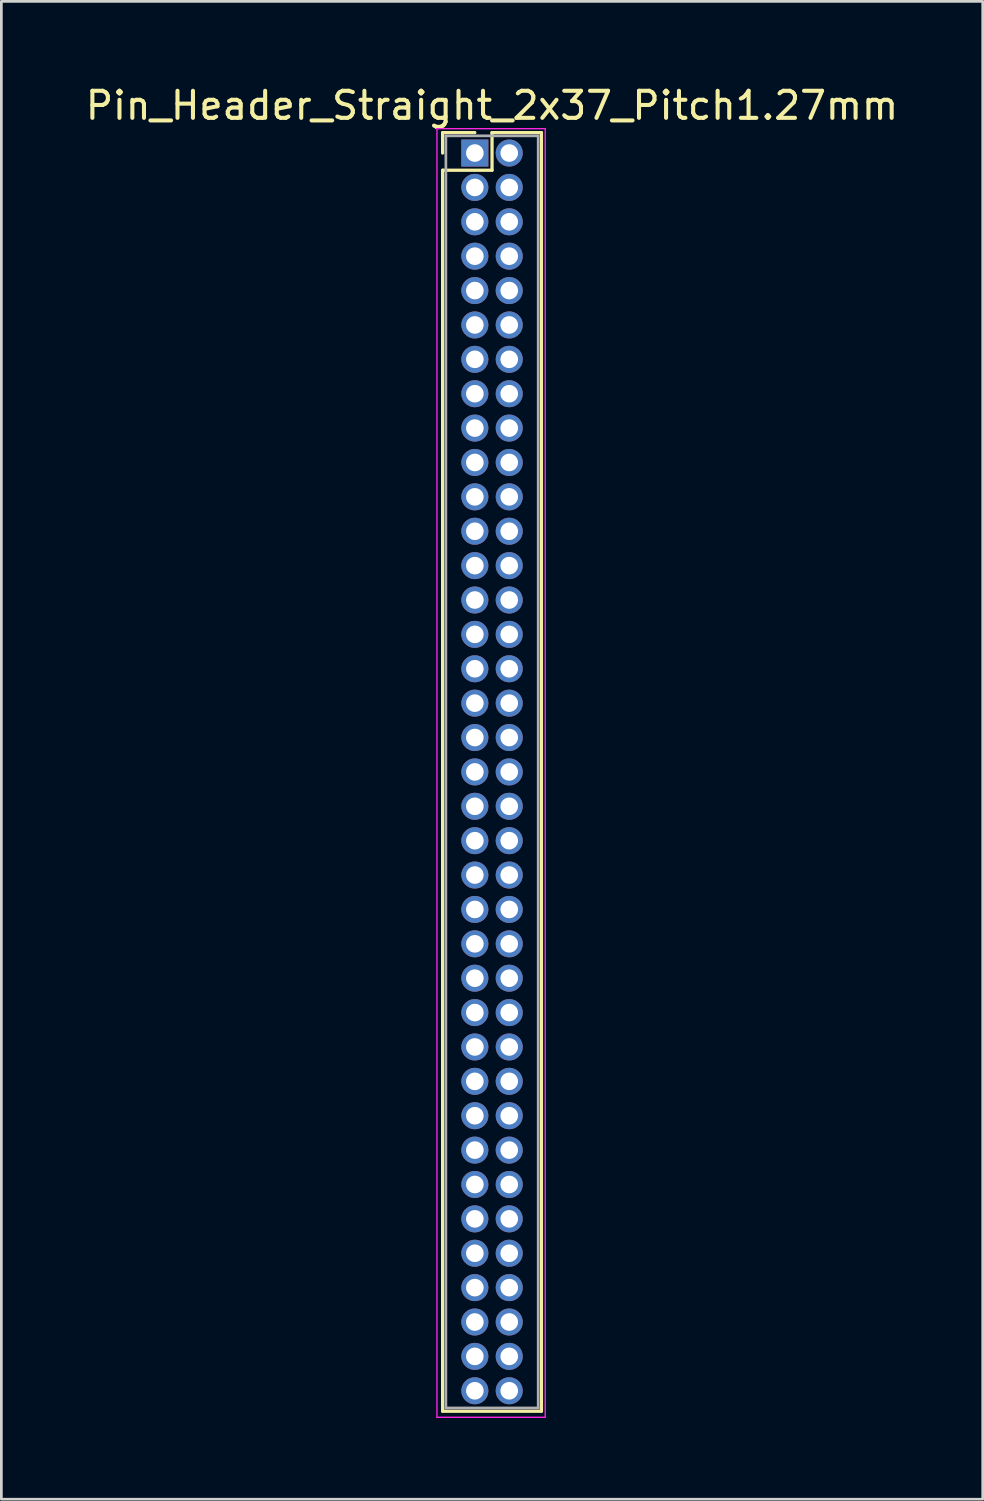
<source format=kicad_pcb>
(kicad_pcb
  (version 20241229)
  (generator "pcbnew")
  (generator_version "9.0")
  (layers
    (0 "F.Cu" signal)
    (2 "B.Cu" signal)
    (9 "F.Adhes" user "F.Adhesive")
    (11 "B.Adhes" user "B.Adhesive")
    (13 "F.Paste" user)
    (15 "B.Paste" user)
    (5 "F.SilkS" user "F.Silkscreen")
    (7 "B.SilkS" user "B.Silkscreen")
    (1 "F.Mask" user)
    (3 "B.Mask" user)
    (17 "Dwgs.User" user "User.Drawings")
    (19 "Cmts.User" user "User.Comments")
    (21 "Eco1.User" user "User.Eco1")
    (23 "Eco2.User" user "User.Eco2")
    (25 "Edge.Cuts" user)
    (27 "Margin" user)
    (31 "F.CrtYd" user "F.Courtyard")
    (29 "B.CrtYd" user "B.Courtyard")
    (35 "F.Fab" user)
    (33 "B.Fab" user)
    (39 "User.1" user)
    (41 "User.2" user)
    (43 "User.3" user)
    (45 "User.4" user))
  (footprint "Pin_Header_Straight_2x37_Pitch1.27mm"
    (layer "F.Cu")
    (at 14.49 2.603)
    (property "Reference" "Pin_Header_Straight_2x37_Pitch1.27mm" (at 0.635 -1.755 0) (layer "F.SilkS") (effects (font (size 1 1) (thickness 0.15))))
    (attr through_hole)
    (fp_line (start -1.19 -0.755) (end 0 -0.755) (stroke (width 0.12) (type solid)) (layer "F.SilkS"))
    (fp_line (start -1.19 0) (end -1.19 -0.755) (stroke (width 0.12) (type solid)) (layer "F.SilkS"))
    (fp_line (start -1.19 0.635) (end -1.19 46.475) (stroke (width 0.12) (type solid)) (layer "F.SilkS"))
    (fp_line (start -1.19 46.475) (end 2.46 46.475) (stroke (width 0.12) (type solid)) (layer "F.SilkS"))
    (fp_line (start 0.635 -0.755) (end 0.635 0.635) (stroke (width 0.12) (type solid)) (layer "F.SilkS"))
    (fp_line (start 0.635 0.635) (end -1.19 0.635) (stroke (width 0.12) (type solid)) (layer "F.SilkS"))
    (fp_line (start 2.46 -0.755) (end 0.635 -0.755) (stroke (width 0.12) (type solid)) (layer "F.SilkS"))
    (fp_line (start 2.46 46.475) (end 2.46 -0.755) (stroke (width 0.12) (type solid)) (layer "F.SilkS"))
    (fp_line (start -1.4 -0.9) (end -1.4 46.7) (stroke (width 0.05) (type solid)) (layer "F.CrtYd"))
    (fp_line (start -1.4 46.7) (end 2.6 46.7) (stroke (width 0.05) (type solid)) (layer "F.CrtYd"))
    (fp_line (start 2.6 -0.9) (end -1.4 -0.9) (stroke (width 0.05) (type solid)) (layer "F.CrtYd"))
    (fp_line (start 2.6 46.7) (end 2.6 -0.9) (stroke (width 0.05) (type solid)) (layer "F.CrtYd"))
    (fp_line (start -1.07 -0.635) (end -1.07 46.355) (stroke (width 0.1) (type solid)) (layer "F.Fab"))
    (fp_line (start -1.07 46.355) (end 2.34 46.355) (stroke (width 0.1) (type solid)) (layer "F.Fab"))
    (fp_line (start 2.34 -0.635) (end -1.07 -0.635) (stroke (width 0.1) (type solid)) (layer "F.Fab"))
    (fp_line (start 2.34 46.355) (end 2.34 -0.635) (stroke (width 0.1) (type solid)) (layer "F.Fab"))
    (pad "1" thru_hole rect (at 0 0) (size 1 1) (drill 0.65) (layers "*.Cu" "*.Mask"))
    (pad "2" thru_hole oval (at 1.27 0) (size 1 1) (drill 0.65) (layers "*.Cu" "*.Mask"))
    (pad "3" thru_hole oval (at 0 1.27) (size 1 1) (drill 0.65) (layers "*.Cu" "*.Mask"))
    (pad "4" thru_hole oval (at 1.27 1.27) (size 1 1) (drill 0.65) (layers "*.Cu" "*.Mask"))
    (pad "5" thru_hole oval (at 0 2.54) (size 1 1) (drill 0.65) (layers "*.Cu" "*.Mask"))
    (pad "6" thru_hole oval (at 1.27 2.54) (size 1 1) (drill 0.65) (layers "*.Cu" "*.Mask"))
    (pad "7" thru_hole oval (at 0 3.81) (size 1 1) (drill 0.65) (layers "*.Cu" "*.Mask"))
    (pad "8" thru_hole oval (at 1.27 3.81) (size 1 1) (drill 0.65) (layers "*.Cu" "*.Mask"))
    (pad "9" thru_hole oval (at 0 5.08) (size 1 1) (drill 0.65) (layers "*.Cu" "*.Mask"))
    (pad "10" thru_hole oval (at 1.27 5.08) (size 1 1) (drill 0.65) (layers "*.Cu" "*.Mask"))
    (pad "11" thru_hole oval (at 0 6.35) (size 1 1) (drill 0.65) (layers "*.Cu" "*.Mask"))
    (pad "12" thru_hole oval (at 1.27 6.35) (size 1 1) (drill 0.65) (layers "*.Cu" "*.Mask"))
    (pad "13" thru_hole oval (at 0 7.62) (size 1 1) (drill 0.65) (layers "*.Cu" "*.Mask"))
    (pad "14" thru_hole oval (at 1.27 7.62) (size 1 1) (drill 0.65) (layers "*.Cu" "*.Mask"))
    (pad "15" thru_hole oval (at 0 8.89) (size 1 1) (drill 0.65) (layers "*.Cu" "*.Mask"))
    (pad "16" thru_hole oval (at 1.27 8.89) (size 1 1) (drill 0.65) (layers "*.Cu" "*.Mask"))
    (pad "17" thru_hole oval (at 0 10.16) (size 1 1) (drill 0.65) (layers "*.Cu" "*.Mask"))
    (pad "18" thru_hole oval (at 1.27 10.16) (size 1 1) (drill 0.65) (layers "*.Cu" "*.Mask"))
    (pad "19" thru_hole oval (at 0 11.43) (size 1 1) (drill 0.65) (layers "*.Cu" "*.Mask"))
    (pad "20" thru_hole oval (at 1.27 11.43) (size 1 1) (drill 0.65) (layers "*.Cu" "*.Mask"))
    (pad "21" thru_hole oval (at 0 12.7) (size 1 1) (drill 0.65) (layers "*.Cu" "*.Mask"))
    (pad "22" thru_hole oval (at 1.27 12.7) (size 1 1) (drill 0.65) (layers "*.Cu" "*.Mask"))
    (pad "23" thru_hole oval (at 0 13.97) (size 1 1) (drill 0.65) (layers "*.Cu" "*.Mask"))
    (pad "24" thru_hole oval (at 1.27 13.97) (size 1 1) (drill 0.65) (layers "*.Cu" "*.Mask"))
    (pad "25" thru_hole oval (at 0 15.24) (size 1 1) (drill 0.65) (layers "*.Cu" "*.Mask"))
    (pad "26" thru_hole oval (at 1.27 15.24) (size 1 1) (drill 0.65) (layers "*.Cu" "*.Mask"))
    (pad "27" thru_hole oval (at 0 16.51) (size 1 1) (drill 0.65) (layers "*.Cu" "*.Mask"))
    (pad "28" thru_hole oval (at 1.27 16.51) (size 1 1) (drill 0.65) (layers "*.Cu" "*.Mask"))
    (pad "29" thru_hole oval (at 0 17.78) (size 1 1) (drill 0.65) (layers "*.Cu" "*.Mask"))
    (pad "30" thru_hole oval (at 1.27 17.78) (size 1 1) (drill 0.65) (layers "*.Cu" "*.Mask"))
    (pad "31" thru_hole oval (at 0 19.05) (size 1 1) (drill 0.65) (layers "*.Cu" "*.Mask"))
    (pad "32" thru_hole oval (at 1.27 19.05) (size 1 1) (drill 0.65) (layers "*.Cu" "*.Mask"))
    (pad "33" thru_hole oval (at 0 20.32) (size 1 1) (drill 0.65) (layers "*.Cu" "*.Mask"))
    (pad "34" thru_hole oval (at 1.27 20.32) (size 1 1) (drill 0.65) (layers "*.Cu" "*.Mask"))
    (pad "35" thru_hole oval (at 0 21.59) (size 1 1) (drill 0.65) (layers "*.Cu" "*.Mask"))
    (pad "36" thru_hole oval (at 1.27 21.59) (size 1 1) (drill 0.65) (layers "*.Cu" "*.Mask"))
    (pad "37" thru_hole oval (at 0 22.86) (size 1 1) (drill 0.65) (layers "*.Cu" "*.Mask"))
    (pad "38" thru_hole oval (at 1.27 22.86) (size 1 1) (drill 0.65) (layers "*.Cu" "*.Mask"))
    (pad "39" thru_hole oval (at 0 24.13) (size 1 1) (drill 0.65) (layers "*.Cu" "*.Mask"))
    (pad "40" thru_hole oval (at 1.27 24.13) (size 1 1) (drill 0.65) (layers "*.Cu" "*.Mask"))
    (pad "41" thru_hole oval (at 0 25.4) (size 1 1) (drill 0.65) (layers "*.Cu" "*.Mask"))
    (pad "42" thru_hole oval (at 1.27 25.4) (size 1 1) (drill 0.65) (layers "*.Cu" "*.Mask"))
    (pad "43" thru_hole oval (at 0 26.67) (size 1 1) (drill 0.65) (layers "*.Cu" "*.Mask"))
    (pad "44" thru_hole oval (at 1.27 26.67) (size 1 1) (drill 0.65) (layers "*.Cu" "*.Mask"))
    (pad "45" thru_hole oval (at 0 27.94) (size 1 1) (drill 0.65) (layers "*.Cu" "*.Mask"))
    (pad "46" thru_hole oval (at 1.27 27.94) (size 1 1) (drill 0.65) (layers "*.Cu" "*.Mask"))
    (pad "47" thru_hole oval (at 0 29.21) (size 1 1) (drill 0.65) (layers "*.Cu" "*.Mask"))
    (pad "48" thru_hole oval (at 1.27 29.21) (size 1 1) (drill 0.65) (layers "*.Cu" "*.Mask"))
    (pad "49" thru_hole oval (at 0 30.48) (size 1 1) (drill 0.65) (layers "*.Cu" "*.Mask"))
    (pad "50" thru_hole oval (at 1.27 30.48) (size 1 1) (drill 0.65) (layers "*.Cu" "*.Mask"))
    (pad "51" thru_hole oval (at 0 31.75) (size 1 1) (drill 0.65) (layers "*.Cu" "*.Mask"))
    (pad "52" thru_hole oval (at 1.27 31.75) (size 1 1) (drill 0.65) (layers "*.Cu" "*.Mask"))
    (pad "53" thru_hole oval (at 0 33.02) (size 1 1) (drill 0.65) (layers "*.Cu" "*.Mask"))
    (pad "54" thru_hole oval (at 1.27 33.02) (size 1 1) (drill 0.65) (layers "*.Cu" "*.Mask"))
    (pad "55" thru_hole oval (at 0 34.29) (size 1 1) (drill 0.65) (layers "*.Cu" "*.Mask"))
    (pad "56" thru_hole oval (at 1.27 34.29) (size 1 1) (drill 0.65) (layers "*.Cu" "*.Mask"))
    (pad "57" thru_hole oval (at 0 35.56) (size 1 1) (drill 0.65) (layers "*.Cu" "*.Mask"))
    (pad "58" thru_hole oval (at 1.27 35.56) (size 1 1) (drill 0.65) (layers "*.Cu" "*.Mask"))
    (pad "59" thru_hole oval (at 0 36.83) (size 1 1) (drill 0.65) (layers "*.Cu" "*.Mask"))
    (pad "60" thru_hole oval (at 1.27 36.83) (size 1 1) (drill 0.65) (layers "*.Cu" "*.Mask"))
    (pad "61" thru_hole oval (at 0 38.1) (size 1 1) (drill 0.65) (layers "*.Cu" "*.Mask"))
    (pad "62" thru_hole oval (at 1.27 38.1) (size 1 1) (drill 0.65) (layers "*.Cu" "*.Mask"))
    (pad "63" thru_hole oval (at 0 39.37) (size 1 1) (drill 0.65) (layers "*.Cu" "*.Mask"))
    (pad "64" thru_hole oval (at 1.27 39.37) (size 1 1) (drill 0.65) (layers "*.Cu" "*.Mask"))
    (pad "65" thru_hole oval (at 0 40.64) (size 1 1) (drill 0.65) (layers "*.Cu" "*.Mask"))
    (pad "66" thru_hole oval (at 1.27 40.64) (size 1 1) (drill 0.65) (layers "*.Cu" "*.Mask"))
    (pad "67" thru_hole oval (at 0 41.91) (size 1 1) (drill 0.65) (layers "*.Cu" "*.Mask"))
    (pad "68" thru_hole oval (at 1.27 41.91) (size 1 1) (drill 0.65) (layers "*.Cu" "*.Mask"))
    (pad "69" thru_hole oval (at 0 43.18) (size 1 1) (drill 0.65) (layers "*.Cu" "*.Mask"))
    (pad "70" thru_hole oval (at 1.27 43.18) (size 1 1) (drill 0.65) (layers "*.Cu" "*.Mask"))
    (pad "71" thru_hole oval (at 0 44.45) (size 1 1) (drill 0.65) (layers "*.Cu" "*.Mask"))
    (pad "72" thru_hole oval (at 1.27 44.45) (size 1 1) (drill 0.65) (layers "*.Cu" "*.Mask"))
    (pad "73" thru_hole oval (at 0 45.72) (size 1 1) (drill 0.65) (layers "*.Cu" "*.Mask"))
    (pad "74" thru_hole oval (at 1.27 45.72) (size 1 1) (drill 0.65) (layers "*.Cu" "*.Mask")))
  (gr_rect
    (start -3 -3)
    (end 33.25 52.328)
    (stroke (width 0.1) (type default))
    (fill no)
    (layer "Edge.Cuts")))
</source>
